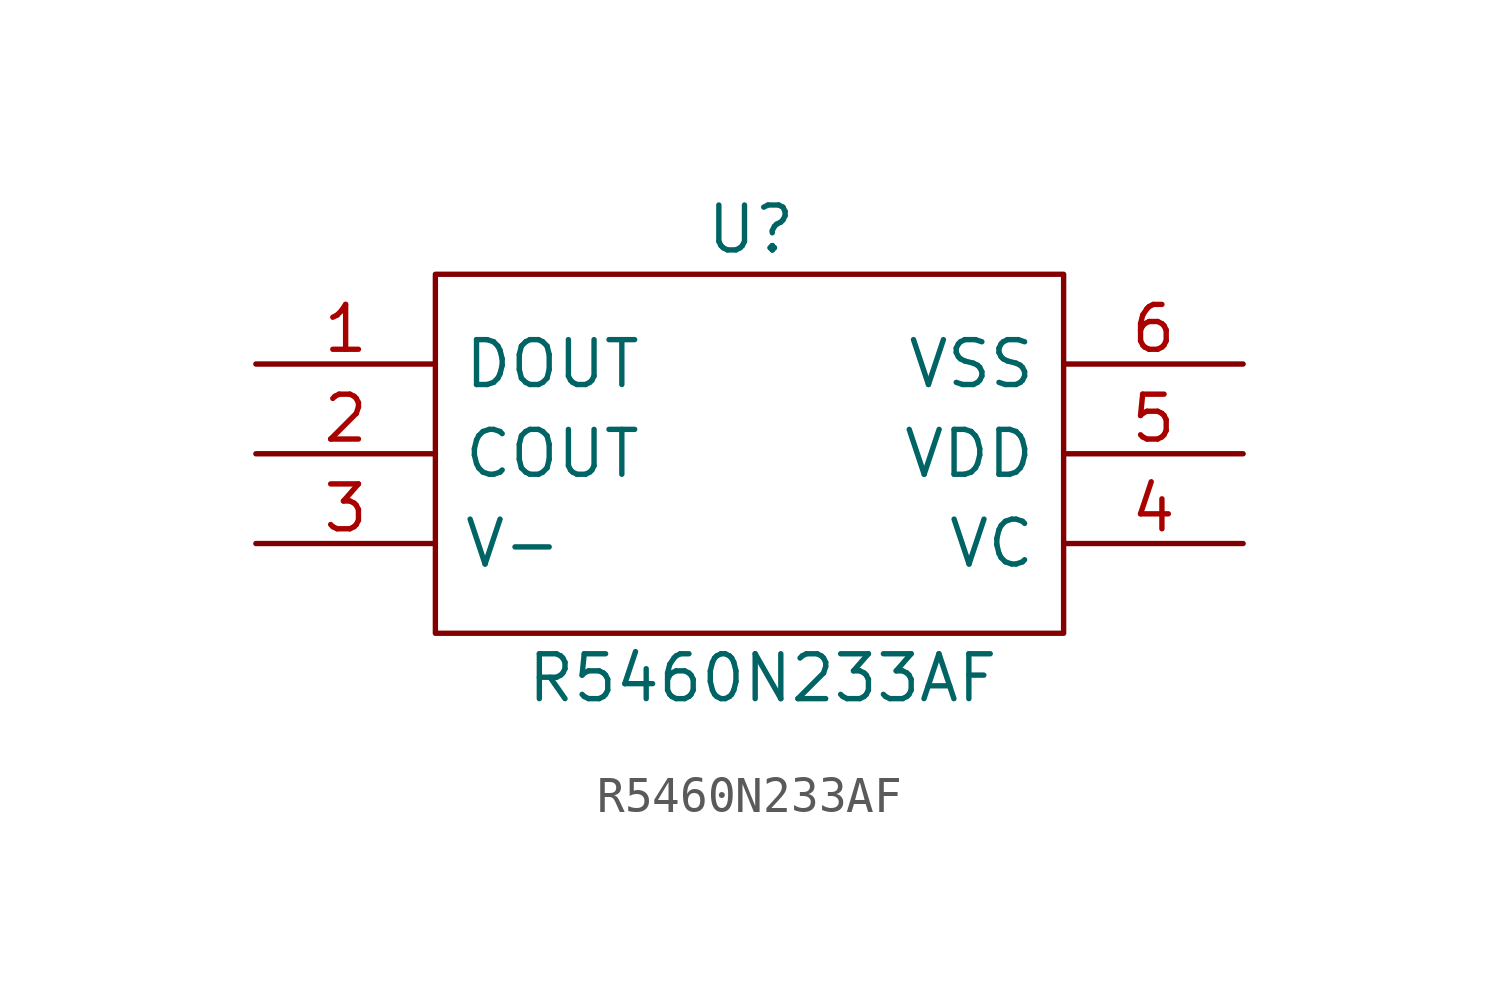
<source format=kicad_sym>
(kicad_symbol_lib
  (version 20220914)
  (generator kicad_symbol_editor)
  (symbol "R5460N233AF"
    (pin_names
      (offset 0.762))
    (property "Reference" "U"
      (at 12.7 3.81 0)
      (effects (font (size 1.27 1.27)) (justify left)))
    (property "Value" "R5460N233AF"
      (at 7.62 -8.89 0)
      (effects (font (size 1.27 1.27)) (justify left)))
    (symbol "R5460N233AF_0_0"
      (pin output line (at 0 0 0) (length 5.08) (name "DOUT" (effects (font (size 1.27 1.27)))) (number "1" (effects (font (size 1.27 1.27)))))
      (pin output line (at 0 -2.54 0) (length 5.08) (name "COUT" (effects (font (size 1.27 1.27)))) (number "2" (effects (font (size 1.27 1.27)))))
      (pin input line (at 0 -5.08 0) (length 5.08) (name "V-" (effects (font (size 1.27 1.27)))) (number "3" (effects (font (size 1.27 1.27)))))
      (pin input line (at 27.94 -5.08 180) (length 5.08) (name "VC" (effects (font (size 1.27 1.27)))) (number "4" (effects (font (size 1.27 1.27)))))
      (pin power_in line (at 27.94 -2.54 180) (length 5.08) (name "VDD" (effects (font (size 1.27 1.27)))) (number "5" (effects (font (size 1.27 1.27)))))
      (pin power_in line (at 27.94 0 180) (length 5.08) (name "VSS" (effects (font (size 1.27 1.27)))) (number "6" (effects (font (size 1.27 1.27))))))
    (symbol "R5460N233AF_0_1"
      (polyline (pts (xy 5.08 2.54) (xy 22.86 2.54) (xy 22.86 -7.62) (xy 5.08 -7.62) (xy 5.08 2.54)) (stroke (width 0.152) (type default)) (fill (type none))))))
</source>
